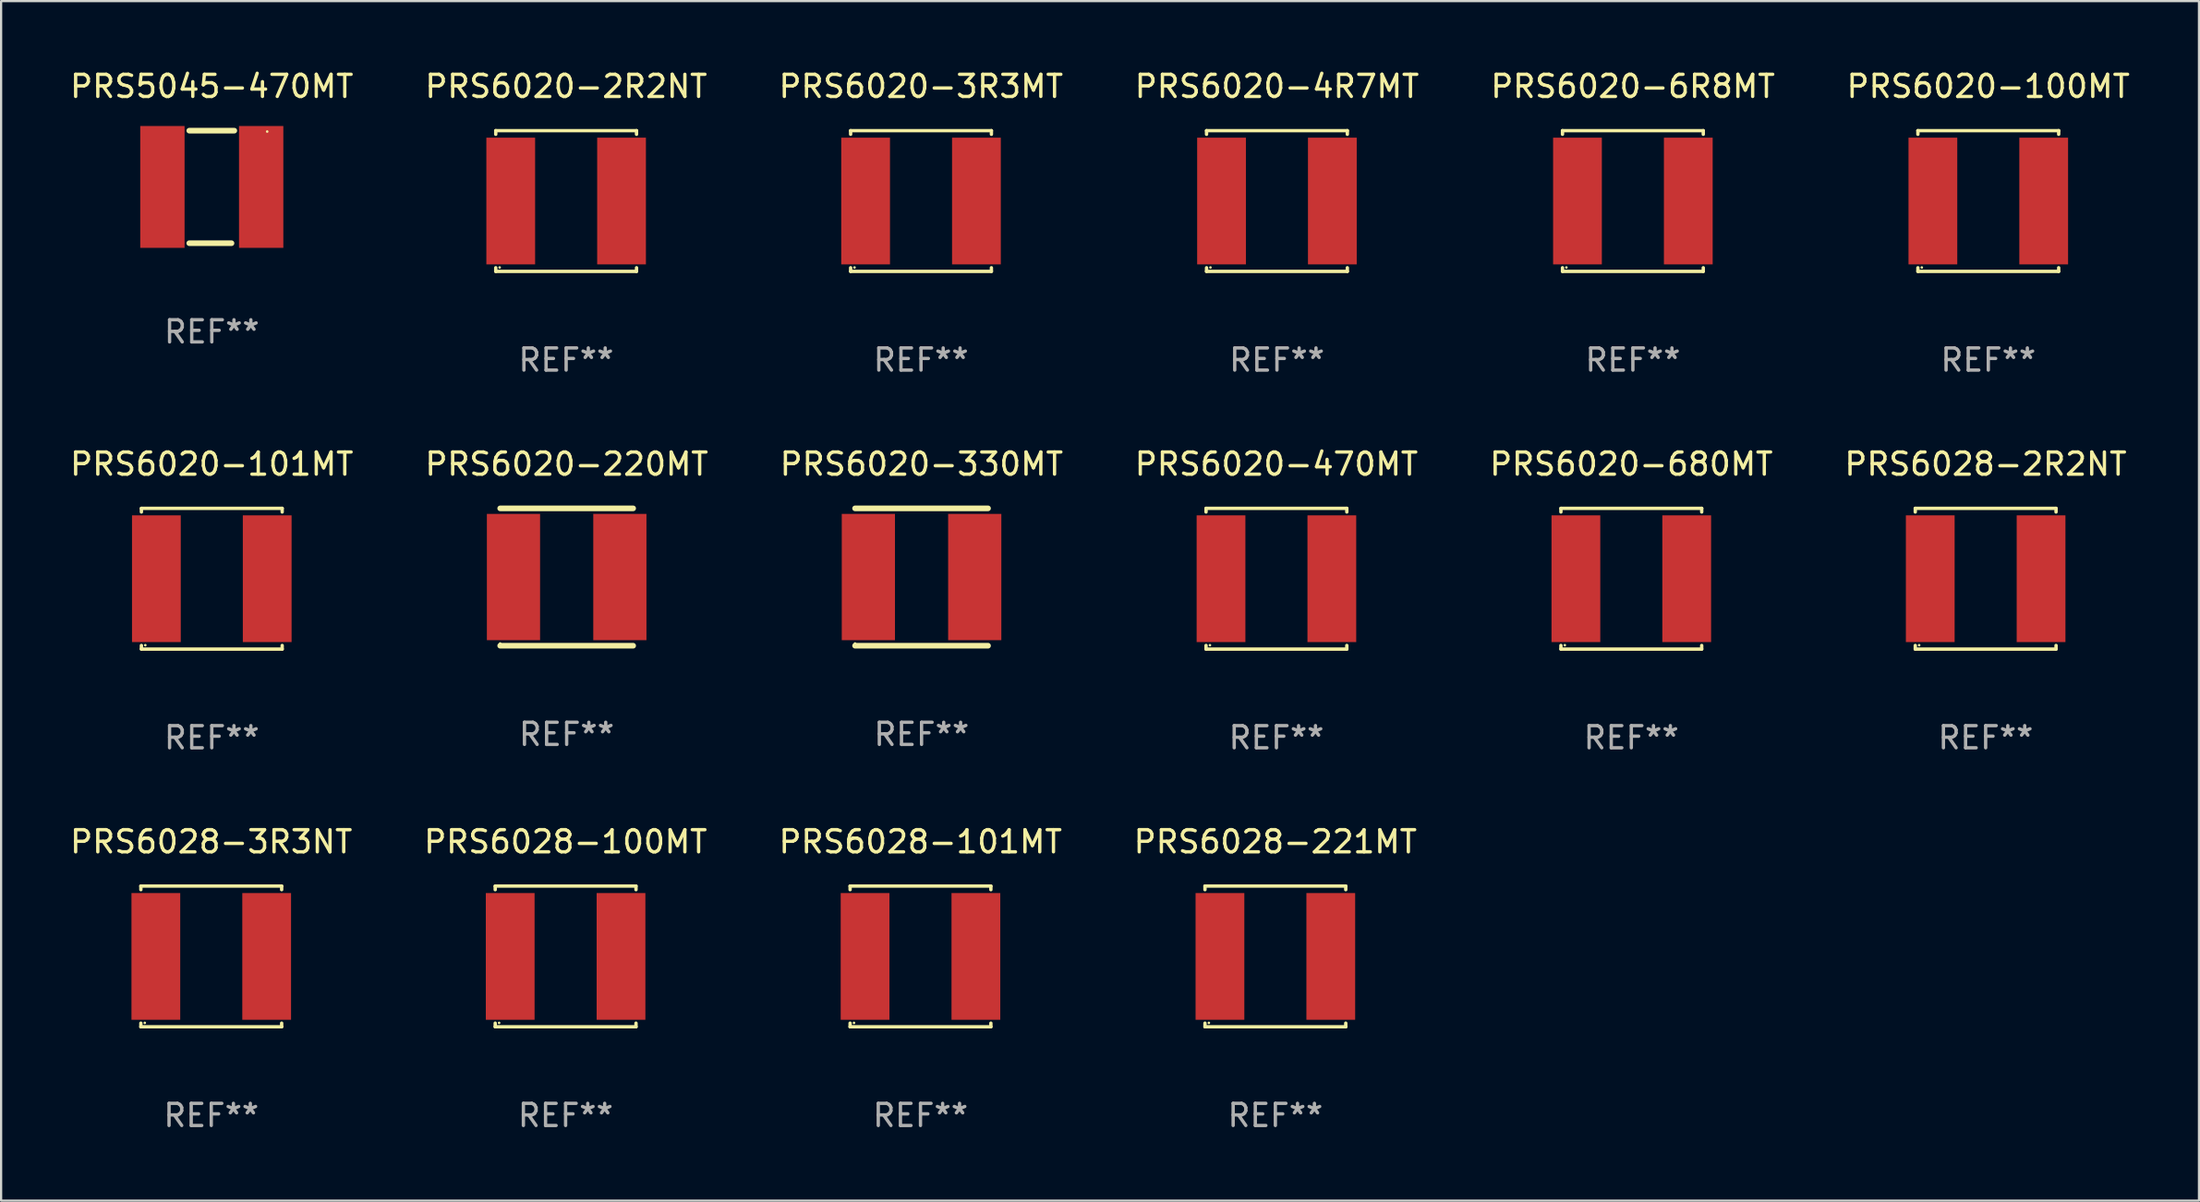
<source format=kicad_pcb>
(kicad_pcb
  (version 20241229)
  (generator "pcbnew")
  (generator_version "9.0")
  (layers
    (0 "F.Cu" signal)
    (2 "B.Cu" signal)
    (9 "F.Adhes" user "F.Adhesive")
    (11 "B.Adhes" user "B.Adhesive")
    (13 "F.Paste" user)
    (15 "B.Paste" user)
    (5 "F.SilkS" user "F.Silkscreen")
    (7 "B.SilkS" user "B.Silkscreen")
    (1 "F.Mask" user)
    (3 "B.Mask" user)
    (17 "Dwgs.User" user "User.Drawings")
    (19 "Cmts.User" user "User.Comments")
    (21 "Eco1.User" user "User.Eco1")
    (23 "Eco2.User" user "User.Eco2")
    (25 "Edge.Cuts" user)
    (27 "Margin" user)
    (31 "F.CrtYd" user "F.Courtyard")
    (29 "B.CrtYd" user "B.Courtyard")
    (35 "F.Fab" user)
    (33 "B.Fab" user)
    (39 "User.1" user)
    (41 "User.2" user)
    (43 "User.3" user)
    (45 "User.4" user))
  (footprint "PRS6020-220MT"
    (layer "F.Cu")
    (at 22.518 22.997)
    (property "Reference" "PRS6020-220MT" (at 0 -5.1 0) (layer "F.SilkS") (effects (font (size 1 1) (thickness 0.15))))
    (attr through_hole)
    (fp_line (start -3 -3.1) (end 3 -3.1) (stroke (width 0.254) (type solid)) (layer "F.SilkS"))
    (fp_line (start -3 3.1) (end 3 3.1) (stroke (width 0.254) (type solid)) (layer "F.SilkS"))
    (fp_circle (center -3 3) (end -2.97 3) (stroke (width 0.06) (type solid)) (fill no) (layer "F.SilkS"))
    (fp_text user "REF**" (at 0 7.1 0) (layer "F.Fab") (effects (font (size 1 1) (thickness 0.15))))
    (pad "1" smd rect (at -2.4 0) (size 2.4 5.7) (layers "F.Cu" "F.Mask" "F.Paste"))
    (pad "2" smd rect (at 2.4 0) (size 2.4 5.7) (layers "F.Cu" "F.Mask" "F.Paste")))
  (footprint "PRS6020-3R3MT"
    (layer "F.Cu")
    (at 38.506 6.024)
    (property "Reference" "PRS6020-3R3MT" (at 0 -5.176 0) (layer "F.SilkS") (effects (font (size 1 1) (thickness 0.15))))
    (attr through_hole)
    (fp_line (start -3.176 -3.176) (end 3.176 -3.176) (stroke (width 0.152) (type solid)) (layer "F.SilkS"))
    (fp_line (start -3.176 -3.012) (end -3.176 -3.176) (stroke (width 0.152) (type solid)) (layer "F.SilkS"))
    (fp_line (start -3.176 3.012) (end -3.176 3.176) (stroke (width 0.152) (type solid)) (layer "F.SilkS"))
    (fp_line (start -3.176 3.176) (end 3.176 3.176) (stroke (width 0.152) (type solid)) (layer "F.SilkS"))
    (fp_line (start 3.176 -3.176) (end 3.176 -3.012) (stroke (width 0.152) (type solid)) (layer "F.SilkS"))
    (fp_line (start 3.176 3.176) (end 3.176 3.012) (stroke (width 0.152) (type solid)) (layer "F.SilkS"))
    (fp_circle (center -3 3) (end -2.97 3) (stroke (width 0.06) (type solid)) (fill no) (layer "F.SilkS"))
    (fp_text user "REF**" (at 0 7.176 0) (layer "F.Fab") (effects (font (size 1 1) (thickness 0.15))))
    (pad "1" smd rect (at -2.5 0) (size 2.2 5.72) (layers "F.Cu" "F.Mask" "F.Paste"))
    (pad "2" smd rect (at 2.5 0) (size 2.2 5.72) (layers "F.Cu" "F.Mask" "F.Paste")))
  (footprint "PRS6028-101MT"
    (layer "F.Cu")
    (at 38.482 40.122)
    (property "Reference" "PRS6028-101MT" (at 0 -5.176 0) (layer "F.SilkS") (effects (font (size 1 1) (thickness 0.15))))
    (attr through_hole)
    (fp_line (start -3.176 -3.176) (end 3.176 -3.176) (stroke (width 0.152) (type solid)) (layer "F.SilkS"))
    (fp_line (start -3.176 -3.012) (end -3.176 -3.176) (stroke (width 0.152) (type solid)) (layer "F.SilkS"))
    (fp_line (start -3.176 3.012) (end -3.176 3.176) (stroke (width 0.152) (type solid)) (layer "F.SilkS"))
    (fp_line (start -3.176 3.176) (end 3.176 3.176) (stroke (width 0.152) (type solid)) (layer "F.SilkS"))
    (fp_line (start 3.176 -3.176) (end 3.176 -3.012) (stroke (width 0.152) (type solid)) (layer "F.SilkS"))
    (fp_line (start 3.176 3.176) (end 3.176 3.012) (stroke (width 0.152) (type solid)) (layer "F.SilkS"))
    (fp_circle (center -3 3) (end -2.97 3) (stroke (width 0.06) (type solid)) (fill no) (layer "F.SilkS"))
    (fp_text user "REF**" (at 0 7.176 0) (layer "F.Fab") (effects (font (size 1 1) (thickness 0.15))))
    (pad "1" smd rect (at -2.5 0) (size 2.2 5.72) (layers "F.Cu" "F.Mask" "F.Paste"))
    (pad "2" smd rect (at 2.5 0) (size 2.2 5.72) (layers "F.Cu" "F.Mask" "F.Paste")))
  (footprint "PRS6020-4R7MT"
    (layer "F.Cu")
    (at 54.565 6.024)
    (property "Reference" "PRS6020-4R7MT" (at 0 -5.176 0) (layer "F.SilkS") (effects (font (size 1 1) (thickness 0.15))))
    (attr through_hole)
    (fp_line (start -3.176 -3.176) (end 3.176 -3.176) (stroke (width 0.152) (type solid)) (layer "F.SilkS"))
    (fp_line (start -3.176 -3.012) (end -3.176 -3.176) (stroke (width 0.152) (type solid)) (layer "F.SilkS"))
    (fp_line (start -3.176 3.012) (end -3.176 3.176) (stroke (width 0.152) (type solid)) (layer "F.SilkS"))
    (fp_line (start -3.176 3.176) (end 3.176 3.176) (stroke (width 0.152) (type solid)) (layer "F.SilkS"))
    (fp_line (start 3.176 -3.176) (end 3.176 -3.012) (stroke (width 0.152) (type solid)) (layer "F.SilkS"))
    (fp_line (start 3.176 3.176) (end 3.176 3.012) (stroke (width 0.152) (type solid)) (layer "F.SilkS"))
    (fp_circle (center -3 3) (end -2.97 3) (stroke (width 0.06) (type solid)) (fill no) (layer "F.SilkS"))
    (fp_text user "REF**" (at 0 7.176 0) (layer "F.Fab") (effects (font (size 1 1) (thickness 0.15))))
    (pad "1" smd rect (at -2.5 0) (size 2.2 5.72) (layers "F.Cu" "F.Mask" "F.Paste"))
    (pad "2" smd rect (at 2.5 0) (size 2.2 5.72) (layers "F.Cu" "F.Mask" "F.Paste")))
  (footprint "PRS6020-680MT"
    (layer "F.Cu")
    (at 70.554 23.073)
    (property "Reference" "PRS6020-680MT" (at 0 -5.176 0) (layer "F.SilkS") (effects (font (size 1 1) (thickness 0.15))))
    (attr through_hole)
    (fp_line (start -3.176 -3.176) (end 3.176 -3.176) (stroke (width 0.152) (type solid)) (layer "F.SilkS"))
    (fp_line (start -3.176 -3.012) (end -3.176 -3.176) (stroke (width 0.152) (type solid)) (layer "F.SilkS"))
    (fp_line (start -3.176 3.012) (end -3.176 3.176) (stroke (width 0.152) (type solid)) (layer "F.SilkS"))
    (fp_line (start -3.176 3.176) (end 3.176 3.176) (stroke (width 0.152) (type solid)) (layer "F.SilkS"))
    (fp_line (start 3.176 -3.176) (end 3.176 -3.012) (stroke (width 0.152) (type solid)) (layer "F.SilkS"))
    (fp_line (start 3.176 3.176) (end 3.176 3.012) (stroke (width 0.152) (type solid)) (layer "F.SilkS"))
    (fp_circle (center -3 3) (end -2.97 3) (stroke (width 0.06) (type solid)) (fill no) (layer "F.SilkS"))
    (fp_text user "REF**" (at 0 7.176 0) (layer "F.Fab") (effects (font (size 1 1) (thickness 0.15))))
    (pad "1" smd rect (at -2.5 0) (size 2.2 5.72) (layers "F.Cu" "F.Mask" "F.Paste"))
    (pad "2" smd rect (at 2.5 0) (size 2.2 5.72) (layers "F.Cu" "F.Mask" "F.Paste")))
  (footprint "PRS6020-2R2NT"
    (layer "F.Cu")
    (at 22.494 6.024)
    (property "Reference" "PRS6020-2R2NT" (at 0 -5.176 0) (layer "F.SilkS") (effects (font (size 1 1) (thickness 0.15))))
    (attr through_hole)
    (fp_line (start -3.176 -3.176) (end 3.176 -3.176) (stroke (width 0.152) (type solid)) (layer "F.SilkS"))
    (fp_line (start -3.176 -3.012) (end -3.176 -3.176) (stroke (width 0.152) (type solid)) (layer "F.SilkS"))
    (fp_line (start -3.176 3.012) (end -3.176 3.176) (stroke (width 0.152) (type solid)) (layer "F.SilkS"))
    (fp_line (start -3.176 3.176) (end 3.176 3.176) (stroke (width 0.152) (type solid)) (layer "F.SilkS"))
    (fp_line (start 3.176 -3.176) (end 3.176 -3.012) (stroke (width 0.152) (type solid)) (layer "F.SilkS"))
    (fp_line (start 3.176 3.176) (end 3.176 3.012) (stroke (width 0.152) (type solid)) (layer "F.SilkS"))
    (fp_circle (center -3 3) (end -2.97 3) (stroke (width 0.06) (type solid)) (fill no) (layer "F.SilkS"))
    (fp_text user "REF**" (at 0 7.176 0) (layer "F.Fab") (effects (font (size 1 1) (thickness 0.15))))
    (pad "1" smd rect (at -2.5 0) (size 2.2 5.72) (layers "F.Cu" "F.Mask" "F.Paste"))
    (pad "2" smd rect (at 2.5 0) (size 2.2 5.72) (layers "F.Cu" "F.Mask" "F.Paste")))
  (footprint "PRS6028-100MT"
    (layer "F.Cu")
    (at 22.47 40.122)
    (property "Reference" "PRS6028-100MT" (at 0 -5.176 0) (layer "F.SilkS") (effects (font (size 1 1) (thickness 0.15))))
    (attr through_hole)
    (fp_line (start -3.176 -3.176) (end 3.176 -3.176) (stroke (width 0.152) (type solid)) (layer "F.SilkS"))
    (fp_line (start -3.176 -3.012) (end -3.176 -3.176) (stroke (width 0.152) (type solid)) (layer "F.SilkS"))
    (fp_line (start -3.176 3.012) (end -3.176 3.176) (stroke (width 0.152) (type solid)) (layer "F.SilkS"))
    (fp_line (start -3.176 3.176) (end 3.176 3.176) (stroke (width 0.152) (type solid)) (layer "F.SilkS"))
    (fp_line (start 3.176 -3.176) (end 3.176 -3.012) (stroke (width 0.152) (type solid)) (layer "F.SilkS"))
    (fp_line (start 3.176 3.176) (end 3.176 3.012) (stroke (width 0.152) (type solid)) (layer "F.SilkS"))
    (fp_circle (center -3 3) (end -2.97 3) (stroke (width 0.06) (type solid)) (fill no) (layer "F.SilkS"))
    (fp_text user "REF**" (at 0 7.176 0) (layer "F.Fab") (effects (font (size 1 1) (thickness 0.15))))
    (pad "1" smd rect (at -2.5 0) (size 2.2 5.72) (layers "F.Cu" "F.Mask" "F.Paste"))
    (pad "2" smd rect (at 2.5 0) (size 2.2 5.72) (layers "F.Cu" "F.Mask" "F.Paste")))
  (footprint "PRS6020-100MT"
    (layer "F.Cu")
    (at 86.661 6.024)
    (property "Reference" "PRS6020-100MT" (at 0 -5.176 0) (layer "F.SilkS") (effects (font (size 1 1) (thickness 0.15))))
    (attr through_hole)
    (fp_line (start -3.176 -3.176) (end 3.176 -3.176) (stroke (width 0.152) (type solid)) (layer "F.SilkS"))
    (fp_line (start -3.176 -3.012) (end -3.176 -3.176) (stroke (width 0.152) (type solid)) (layer "F.SilkS"))
    (fp_line (start -3.176 3.012) (end -3.176 3.176) (stroke (width 0.152) (type solid)) (layer "F.SilkS"))
    (fp_line (start -3.176 3.176) (end 3.176 3.176) (stroke (width 0.152) (type solid)) (layer "F.SilkS"))
    (fp_line (start 3.176 -3.176) (end 3.176 -3.012) (stroke (width 0.152) (type solid)) (layer "F.SilkS"))
    (fp_line (start 3.176 3.176) (end 3.176 3.012) (stroke (width 0.152) (type solid)) (layer "F.SilkS"))
    (fp_circle (center -3 3) (end -2.97 3) (stroke (width 0.06) (type solid)) (fill no) (layer "F.SilkS"))
    (fp_text user "REF**" (at 0 7.176 0) (layer "F.Fab") (effects (font (size 1 1) (thickness 0.15))))
    (pad "1" smd rect (at -2.5 0) (size 2.2 5.72) (layers "F.Cu" "F.Mask" "F.Paste"))
    (pad "2" smd rect (at 2.5 0) (size 2.2 5.72) (layers "F.Cu" "F.Mask" "F.Paste")))
  (footprint "PRS6028-221MT"
    (layer "F.Cu")
    (at 54.494 40.122)
    (property "Reference" "PRS6028-221MT" (at 0 -5.176 0) (layer "F.SilkS") (effects (font (size 1 1) (thickness 0.15))))
    (attr through_hole)
    (fp_line (start -3.176 -3.176) (end 3.176 -3.176) (stroke (width 0.152) (type solid)) (layer "F.SilkS"))
    (fp_line (start -3.176 -3.012) (end -3.176 -3.176) (stroke (width 0.152) (type solid)) (layer "F.SilkS"))
    (fp_line (start -3.176 3.012) (end -3.176 3.176) (stroke (width 0.152) (type solid)) (layer "F.SilkS"))
    (fp_line (start -3.176 3.176) (end 3.176 3.176) (stroke (width 0.152) (type solid)) (layer "F.SilkS"))
    (fp_line (start 3.176 -3.176) (end 3.176 -3.012) (stroke (width 0.152) (type solid)) (layer "F.SilkS"))
    (fp_line (start 3.176 3.176) (end 3.176 3.012) (stroke (width 0.152) (type solid)) (layer "F.SilkS"))
    (fp_circle (center -3 3) (end -2.97 3) (stroke (width 0.06) (type solid)) (fill no) (layer "F.SilkS"))
    (fp_text user "REF**" (at 0 7.176 0) (layer "F.Fab") (effects (font (size 1 1) (thickness 0.15))))
    (pad "1" smd rect (at -2.5 0) (size 2.2 5.72) (layers "F.Cu" "F.Mask" "F.Paste"))
    (pad "2" smd rect (at 2.5 0) (size 2.2 5.72) (layers "F.Cu" "F.Mask" "F.Paste")))
  (footprint "PRS6020-6R8MT"
    (layer "F.Cu")
    (at 70.625 6.024)
    (property "Reference" "PRS6020-6R8MT" (at 0 -5.176 0) (layer "F.SilkS") (effects (font (size 1 1) (thickness 0.15))))
    (attr through_hole)
    (fp_line (start -3.176 -3.176) (end 3.176 -3.176) (stroke (width 0.152) (type solid)) (layer "F.SilkS"))
    (fp_line (start -3.176 -3.012) (end -3.176 -3.176) (stroke (width 0.152) (type solid)) (layer "F.SilkS"))
    (fp_line (start -3.176 3.012) (end -3.176 3.176) (stroke (width 0.152) (type solid)) (layer "F.SilkS"))
    (fp_line (start -3.176 3.176) (end 3.176 3.176) (stroke (width 0.152) (type solid)) (layer "F.SilkS"))
    (fp_line (start 3.176 -3.176) (end 3.176 -3.012) (stroke (width 0.152) (type solid)) (layer "F.SilkS"))
    (fp_line (start 3.176 3.176) (end 3.176 3.012) (stroke (width 0.152) (type solid)) (layer "F.SilkS"))
    (fp_circle (center -3 3) (end -2.97 3) (stroke (width 0.06) (type solid)) (fill no) (layer "F.SilkS"))
    (fp_text user "REF**" (at 0 7.176 0) (layer "F.Fab") (effects (font (size 1 1) (thickness 0.15))))
    (pad "1" smd rect (at -2.5 0) (size 2.2 5.72) (layers "F.Cu" "F.Mask" "F.Paste"))
    (pad "2" smd rect (at 2.5 0) (size 2.2 5.72) (layers "F.Cu" "F.Mask" "F.Paste")))
  (footprint "PRS6020-101MT"
    (layer "F.Cu")
    (at 6.506 23.073)
    (property "Reference" "PRS6020-101MT" (at 0 -5.176 0) (layer "F.SilkS") (effects (font (size 1 1) (thickness 0.15))))
    (attr through_hole)
    (fp_line (start -3.176 -3.176) (end 3.176 -3.176) (stroke (width 0.152) (type solid)) (layer "F.SilkS"))
    (fp_line (start -3.176 -3.012) (end -3.176 -3.176) (stroke (width 0.152) (type solid)) (layer "F.SilkS"))
    (fp_line (start -3.176 3.012) (end -3.176 3.176) (stroke (width 0.152) (type solid)) (layer "F.SilkS"))
    (fp_line (start -3.176 3.176) (end 3.176 3.176) (stroke (width 0.152) (type solid)) (layer "F.SilkS"))
    (fp_line (start 3.176 -3.176) (end 3.176 -3.012) (stroke (width 0.152) (type solid)) (layer "F.SilkS"))
    (fp_line (start 3.176 3.176) (end 3.176 3.012) (stroke (width 0.152) (type solid)) (layer "F.SilkS"))
    (fp_circle (center -3 3) (end -2.97 3) (stroke (width 0.06) (type solid)) (fill no) (layer "F.SilkS"))
    (fp_text user "REF**" (at 0 7.176 0) (layer "F.Fab") (effects (font (size 1 1) (thickness 0.15))))
    (pad "1" smd rect (at -2.5 0) (size 2.2 5.72) (layers "F.Cu" "F.Mask" "F.Paste"))
    (pad "2" smd rect (at 2.5 0) (size 2.2 5.72) (layers "F.Cu" "F.Mask" "F.Paste")))
  (footprint "PRS6020-470MT"
    (layer "F.Cu")
    (at 54.542 23.073)
    (property "Reference" "PRS6020-470MT" (at 0 -5.176 0) (layer "F.SilkS") (effects (font (size 1 1) (thickness 0.15))))
    (attr through_hole)
    (fp_line (start -3.176 -3.176) (end 3.176 -3.176) (stroke (width 0.152) (type solid)) (layer "F.SilkS"))
    (fp_line (start -3.176 -3.012) (end -3.176 -3.176) (stroke (width 0.152) (type solid)) (layer "F.SilkS"))
    (fp_line (start -3.176 3.012) (end -3.176 3.176) (stroke (width 0.152) (type solid)) (layer "F.SilkS"))
    (fp_line (start -3.176 3.176) (end 3.176 3.176) (stroke (width 0.152) (type solid)) (layer "F.SilkS"))
    (fp_line (start 3.176 -3.176) (end 3.176 -3.012) (stroke (width 0.152) (type solid)) (layer "F.SilkS"))
    (fp_line (start 3.176 3.176) (end 3.176 3.012) (stroke (width 0.152) (type solid)) (layer "F.SilkS"))
    (fp_circle (center -3 3) (end -2.97 3) (stroke (width 0.06) (type solid)) (fill no) (layer "F.SilkS"))
    (fp_text user "REF**" (at 0 7.176 0) (layer "F.Fab") (effects (font (size 1 1) (thickness 0.15))))
    (pad "1" smd rect (at -2.5 0) (size 2.2 5.72) (layers "F.Cu" "F.Mask" "F.Paste"))
    (pad "2" smd rect (at 2.5 0) (size 2.2 5.72) (layers "F.Cu" "F.Mask" "F.Paste")))
  (footprint "PRS6028-3R3NT"
    (layer "F.Cu")
    (at 6.482 40.122)
    (property "Reference" "PRS6028-3R3NT" (at 0 -5.176 0) (layer "F.SilkS") (effects (font (size 1 1) (thickness 0.15))))
    (attr through_hole)
    (fp_line (start -3.176 -3.176) (end 3.176 -3.176) (stroke (width 0.152) (type solid)) (layer "F.SilkS"))
    (fp_line (start -3.176 -3.012) (end -3.176 -3.176) (stroke (width 0.152) (type solid)) (layer "F.SilkS"))
    (fp_line (start -3.176 3.012) (end -3.176 3.176) (stroke (width 0.152) (type solid)) (layer "F.SilkS"))
    (fp_line (start -3.176 3.176) (end 3.176 3.176) (stroke (width 0.152) (type solid)) (layer "F.SilkS"))
    (fp_line (start 3.176 -3.176) (end 3.176 -3.012) (stroke (width 0.152) (type solid)) (layer "F.SilkS"))
    (fp_line (start 3.176 3.176) (end 3.176 3.012) (stroke (width 0.152) (type solid)) (layer "F.SilkS"))
    (fp_circle (center -3 3) (end -2.97 3) (stroke (width 0.06) (type solid)) (fill no) (layer "F.SilkS"))
    (fp_text user "REF**" (at 0 7.176 0) (layer "F.Fab") (effects (font (size 1 1) (thickness 0.15))))
    (pad "1" smd rect (at -2.5 0) (size 2.2 5.72) (layers "F.Cu" "F.Mask" "F.Paste"))
    (pad "2" smd rect (at 2.5 0) (size 2.2 5.72) (layers "F.Cu" "F.Mask" "F.Paste")))
  (footprint "PRS6020-330MT"
    (layer "F.Cu")
    (at 38.53 22.997)
    (property "Reference" "PRS6020-330MT" (at 0 -5.1 0) (layer "F.SilkS") (effects (font (size 1 1) (thickness 0.15))))
    (attr through_hole)
    (fp_line (start -3 -3.1) (end 3 -3.1) (stroke (width 0.254) (type solid)) (layer "F.SilkS"))
    (fp_line (start -3 3.1) (end 3 3.1) (stroke (width 0.254) (type solid)) (layer "F.SilkS"))
    (fp_circle (center -3 3) (end -2.97 3) (stroke (width 0.06) (type solid)) (fill no) (layer "F.SilkS"))
    (fp_text user "REF**" (at 0 7.1 0) (layer "F.Fab") (effects (font (size 1 1) (thickness 0.15))))
    (pad "1" smd rect (at -2.4 0) (size 2.4 5.7) (layers "F.Cu" "F.Mask" "F.Paste"))
    (pad "2" smd rect (at 2.4 0) (size 2.4 5.7) (layers "F.Cu" "F.Mask" "F.Paste")))
  (footprint "PRS5045-470MT"
    (layer "F.Cu")
    (at 6.506 5.388)
    (property "Reference" "PRS5045-470MT" (at 0 -4.54 0) (layer "F.SilkS") (effects (font (size 1 1) (thickness 0.15))))
    (attr through_hole)
    (fp_line (start -1.016 -2.54) (end 1.016 -2.54) (stroke (width 0.254) (type solid)) (layer "F.SilkS"))
    (fp_line (start -1.016 2.54) (end 0.889 2.54) (stroke (width 0.254) (type solid)) (layer "F.SilkS"))
    (fp_circle (center 2.5 -2.5) (end 2.53 -2.5) (stroke (width 0.06) (type solid)) (fill no) (layer "F.SilkS"))
    (fp_text user "REF**" (at 0 6.54 0) (layer "F.Fab") (effects (font (size 1 1) (thickness 0.15))))
    (pad "1" smd rect (at 2.228 0) (size 2 5.5) (layers "F.Cu" "F.Mask" "F.Paste"))
    (pad "2" smd rect (at -2.228 0) (size 2 5.5) (layers "F.Cu" "F.Mask" "F.Paste")))
  (footprint "PRS6028-2R2NT"
    (layer "F.Cu")
    (at 86.542 23.073)
    (property "Reference" "PRS6028-2R2NT" (at 0 -5.176 0) (layer "F.SilkS") (effects (font (size 1 1) (thickness 0.15))))
    (attr through_hole)
    (fp_line (start -3.176 -3.176) (end 3.176 -3.176) (stroke (width 0.152) (type solid)) (layer "F.SilkS"))
    (fp_line (start -3.176 -3.012) (end -3.176 -3.176) (stroke (width 0.152) (type solid)) (layer "F.SilkS"))
    (fp_line (start -3.176 3.012) (end -3.176 3.176) (stroke (width 0.152) (type solid)) (layer "F.SilkS"))
    (fp_line (start -3.176 3.176) (end 3.176 3.176) (stroke (width 0.152) (type solid)) (layer "F.SilkS"))
    (fp_line (start 3.176 -3.176) (end 3.176 -3.012) (stroke (width 0.152) (type solid)) (layer "F.SilkS"))
    (fp_line (start 3.176 3.176) (end 3.176 3.012) (stroke (width 0.152) (type solid)) (layer "F.SilkS"))
    (fp_circle (center -3 3) (end -2.97 3) (stroke (width 0.06) (type solid)) (fill no) (layer "F.SilkS"))
    (fp_text user "REF**" (at 0 7.176 0) (layer "F.Fab") (effects (font (size 1 1) (thickness 0.15))))
    (pad "1" smd rect (at -2.5 0) (size 2.2 5.72) (layers "F.Cu" "F.Mask" "F.Paste"))
    (pad "2" smd rect (at 2.5 0) (size 2.2 5.72) (layers "F.Cu" "F.Mask" "F.Paste")))
  (gr_rect
    (start -3 -3)
    (end 96.167 51.147)
    (stroke (width 0.1) (type default))
    (fill no)
    (layer "Edge.Cuts")))
</source>
